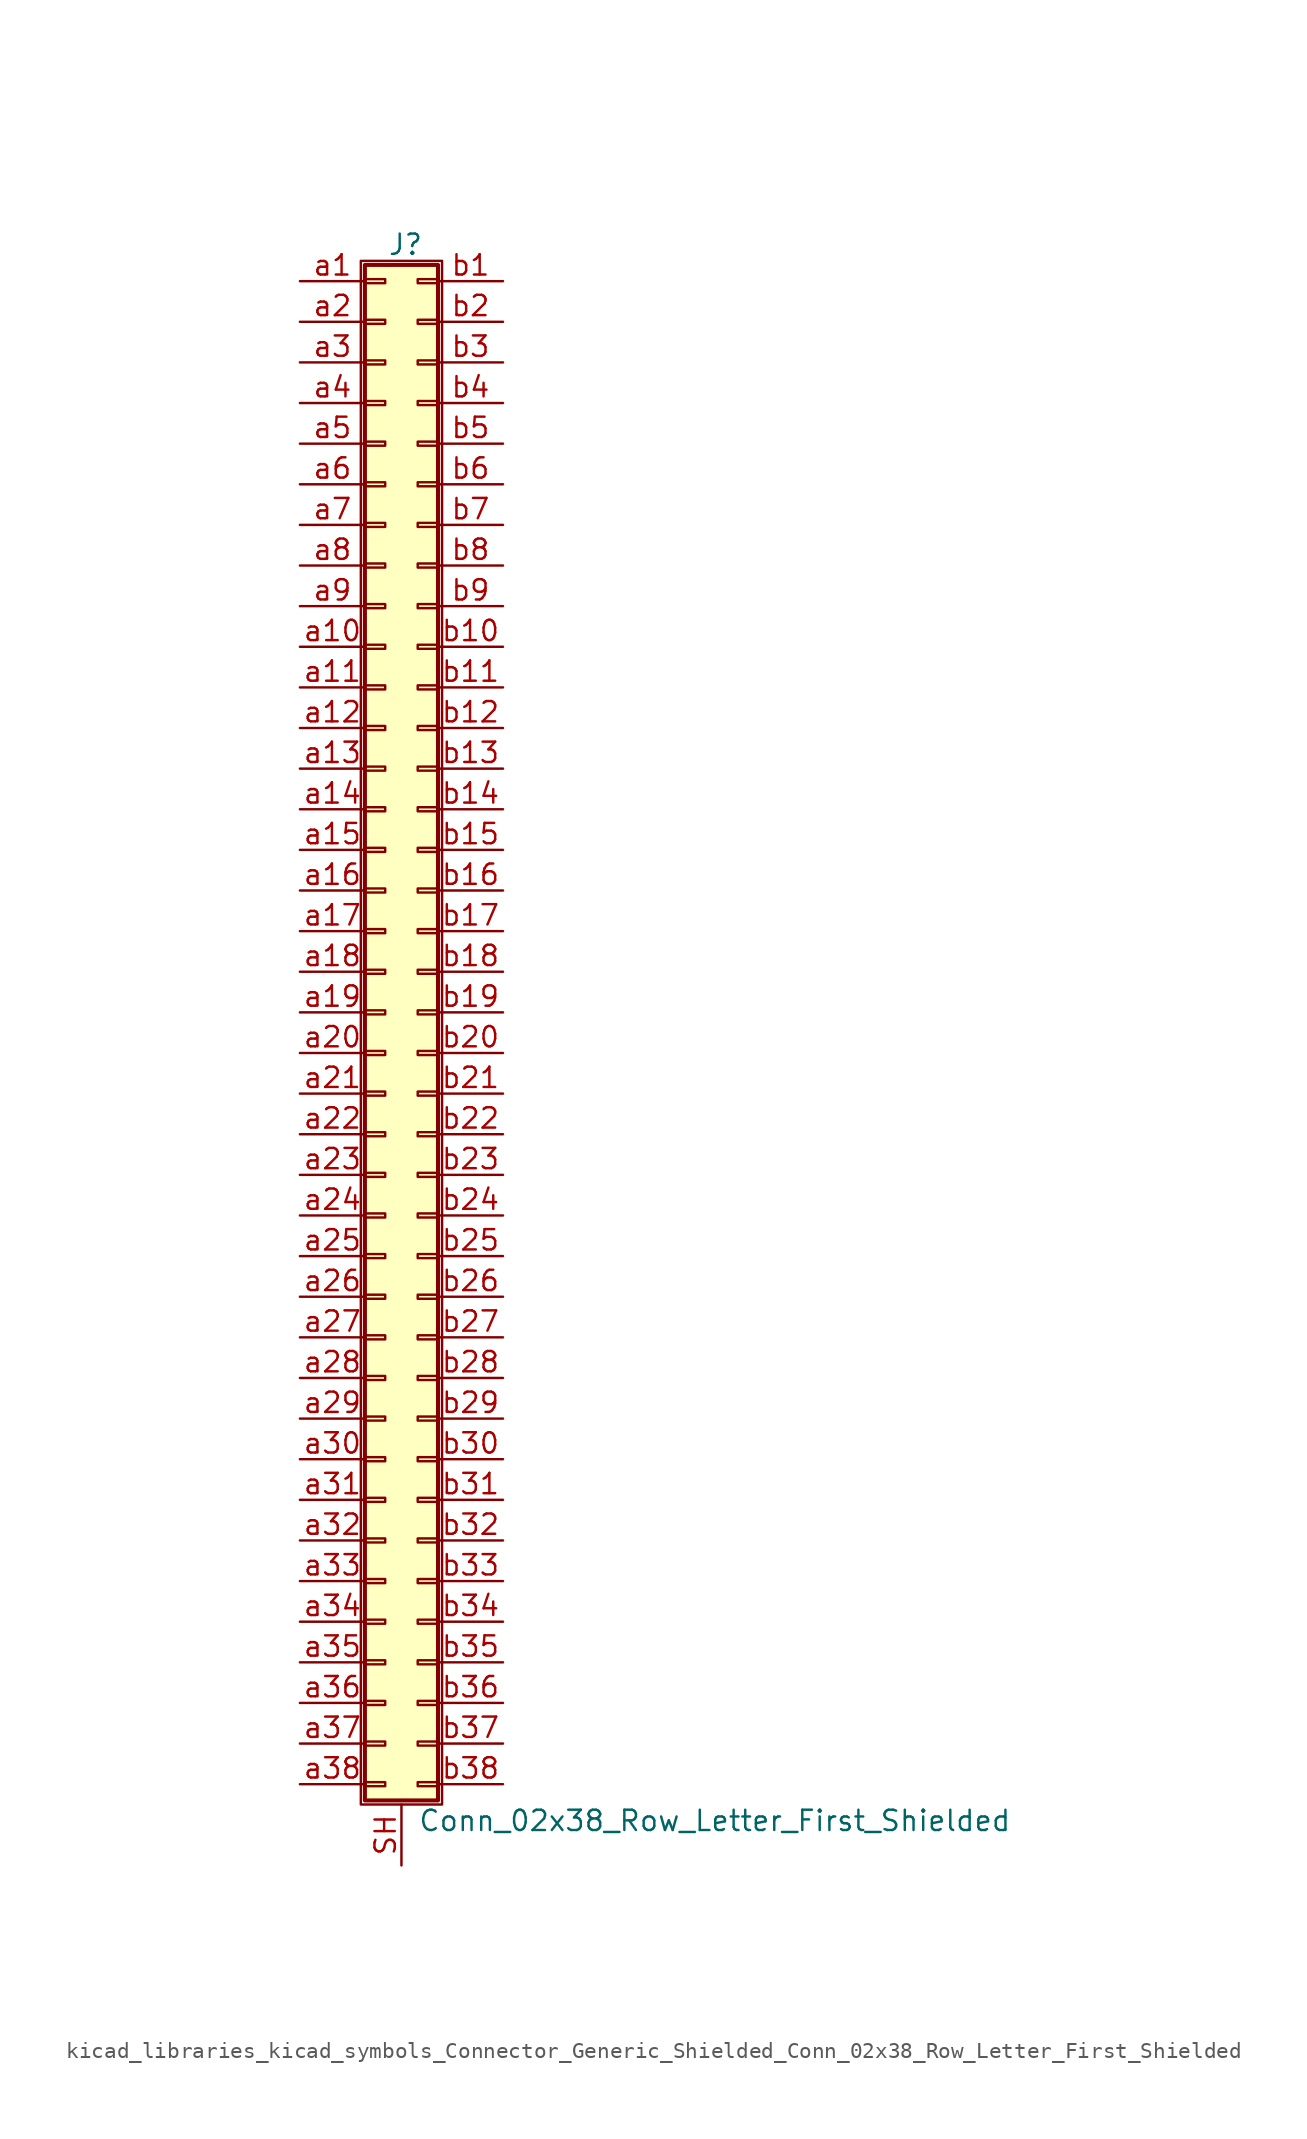
<source format=kicad_sym>
(kicad_symbol_lib
  (version 20220914)
  (generator kicad_symbol_editor)
  (symbol "kicad_libraries_kicad_symbols_Connector_Generic_Shielded_Conn_02x38_Row_Letter_First_Shielded"
    (pin_names
      (offset 1.016) hide)
    (property "Reference" "J"
      (at 1.524 48.006 0)
      (effects (font (size 1.27 1.27))))
    (property "Value" "Conn_02x38_Row_Letter_First_Shielded"
      (at 2.286 -50.546 0)
      (effects (font (size 1.27 1.27)) (justify left)))
    (symbol "kicad_libraries_kicad_symbols_Connector_Generic_Shielded_Conn_02x38_Row_Letter_First_Shielded_1_1"
      (rectangle (start -1.27 46.99) (end 3.81 -49.53) (stroke (width 0.152) (type default)) (fill (type none)))
      (rectangle (start -1.016 -48.133) (end 0.254 -48.387) (stroke (width 0.152) (type default)) (fill (type none)))
      (rectangle (start -1.016 -45.593) (end 0.254 -45.847) (stroke (width 0.152) (type default)) (fill (type none)))
      (rectangle (start -1.016 -43.053) (end 0.254 -43.307) (stroke (width 0.152) (type default)) (fill (type none)))
      (rectangle (start -1.016 -40.513) (end 0.254 -40.767) (stroke (width 0.152) (type default)) (fill (type none)))
      (rectangle (start -1.016 -37.973) (end 0.254 -38.227) (stroke (width 0.152) (type default)) (fill (type none)))
      (rectangle (start -1.016 -35.433) (end 0.254 -35.687) (stroke (width 0.152) (type default)) (fill (type none)))
      (rectangle (start -1.016 -32.893) (end 0.254 -33.147) (stroke (width 0.152) (type default)) (fill (type none)))
      (rectangle (start -1.016 -30.353) (end 0.254 -30.607) (stroke (width 0.152) (type default)) (fill (type none)))
      (rectangle (start -1.016 -27.813) (end 0.254 -28.067) (stroke (width 0.152) (type default)) (fill (type none)))
      (rectangle (start -1.016 -25.273) (end 0.254 -25.527) (stroke (width 0.152) (type default)) (fill (type none)))
      (rectangle (start -1.016 -22.733) (end 0.254 -22.987) (stroke (width 0.152) (type default)) (fill (type none)))
      (rectangle (start -1.016 -20.193) (end 0.254 -20.447) (stroke (width 0.152) (type default)) (fill (type none)))
      (rectangle (start -1.016 -17.653) (end 0.254 -17.907) (stroke (width 0.152) (type default)) (fill (type none)))
      (rectangle (start -1.016 -15.113) (end 0.254 -15.367) (stroke (width 0.152) (type default)) (fill (type none)))
      (rectangle (start -1.016 -12.573) (end 0.254 -12.827) (stroke (width 0.152) (type default)) (fill (type none)))
      (rectangle (start -1.016 -10.033) (end 0.254 -10.287) (stroke (width 0.152) (type default)) (fill (type none)))
      (rectangle (start -1.016 -7.493) (end 0.254 -7.747) (stroke (width 0.152) (type default)) (fill (type none)))
      (rectangle (start -1.016 -4.953) (end 0.254 -5.207) (stroke (width 0.152) (type default)) (fill (type none)))
      (rectangle (start -1.016 -2.413) (end 0.254 -2.667) (stroke (width 0.152) (type default)) (fill (type none)))
      (rectangle (start -1.016 0.127) (end 0.254 -0.127) (stroke (width 0.152) (type default)) (fill (type none)))
      (rectangle (start -1.016 2.667) (end 0.254 2.413) (stroke (width 0.152) (type default)) (fill (type none)))
      (rectangle (start -1.016 5.207) (end 0.254 4.953) (stroke (width 0.152) (type default)) (fill (type none)))
      (rectangle (start -1.016 7.747) (end 0.254 7.493) (stroke (width 0.152) (type default)) (fill (type none)))
      (rectangle (start -1.016 10.287) (end 0.254 10.033) (stroke (width 0.152) (type default)) (fill (type none)))
      (rectangle (start -1.016 12.827) (end 0.254 12.573) (stroke (width 0.152) (type default)) (fill (type none)))
      (rectangle (start -1.016 15.367) (end 0.254 15.113) (stroke (width 0.152) (type default)) (fill (type none)))
      (rectangle (start -1.016 17.907) (end 0.254 17.653) (stroke (width 0.152) (type default)) (fill (type none)))
      (rectangle (start -1.016 20.447) (end 0.254 20.193) (stroke (width 0.152) (type default)) (fill (type none)))
      (rectangle (start -1.016 22.987) (end 0.254 22.733) (stroke (width 0.152) (type default)) (fill (type none)))
      (rectangle (start -1.016 25.527) (end 0.254 25.273) (stroke (width 0.152) (type default)) (fill (type none)))
      (rectangle (start -1.016 28.067) (end 0.254 27.813) (stroke (width 0.152) (type default)) (fill (type none)))
      (rectangle (start -1.016 30.607) (end 0.254 30.353) (stroke (width 0.152) (type default)) (fill (type none)))
      (rectangle (start -1.016 33.147) (end 0.254 32.893) (stroke (width 0.152) (type default)) (fill (type none)))
      (rectangle (start -1.016 35.687) (end 0.254 35.433) (stroke (width 0.152) (type default)) (fill (type none)))
      (rectangle (start -1.016 38.227) (end 0.254 37.973) (stroke (width 0.152) (type default)) (fill (type none)))
      (rectangle (start -1.016 40.767) (end 0.254 40.513) (stroke (width 0.152) (type default)) (fill (type none)))
      (rectangle (start -1.016 43.307) (end 0.254 43.053) (stroke (width 0.152) (type default)) (fill (type none)))
      (rectangle (start -1.016 45.847) (end 0.254 45.593) (stroke (width 0.152) (type default)) (fill (type none)))
      (rectangle (start -1.016 46.736) (end 3.556 -49.276) (stroke (width 0.254) (type default)) (fill (type background)))
      (rectangle (start 3.556 -48.133) (end 2.286 -48.387) (stroke (width 0.152) (type default)) (fill (type none)))
      (rectangle (start 3.556 -45.593) (end 2.286 -45.847) (stroke (width 0.152) (type default)) (fill (type none)))
      (rectangle (start 3.556 -43.053) (end 2.286 -43.307) (stroke (width 0.152) (type default)) (fill (type none)))
      (rectangle (start 3.556 -40.513) (end 2.286 -40.767) (stroke (width 0.152) (type default)) (fill (type none)))
      (rectangle (start 3.556 -37.973) (end 2.286 -38.227) (stroke (width 0.152) (type default)) (fill (type none)))
      (rectangle (start 3.556 -35.433) (end 2.286 -35.687) (stroke (width 0.152) (type default)) (fill (type none)))
      (rectangle (start 3.556 -32.893) (end 2.286 -33.147) (stroke (width 0.152) (type default)) (fill (type none)))
      (rectangle (start 3.556 -30.353) (end 2.286 -30.607) (stroke (width 0.152) (type default)) (fill (type none)))
      (rectangle (start 3.556 -27.813) (end 2.286 -28.067) (stroke (width 0.152) (type default)) (fill (type none)))
      (rectangle (start 3.556 -25.273) (end 2.286 -25.527) (stroke (width 0.152) (type default)) (fill (type none)))
      (rectangle (start 3.556 -22.733) (end 2.286 -22.987) (stroke (width 0.152) (type default)) (fill (type none)))
      (rectangle (start 3.556 -20.193) (end 2.286 -20.447) (stroke (width 0.152) (type default)) (fill (type none)))
      (rectangle (start 3.556 -17.653) (end 2.286 -17.907) (stroke (width 0.152) (type default)) (fill (type none)))
      (rectangle (start 3.556 -15.113) (end 2.286 -15.367) (stroke (width 0.152) (type default)) (fill (type none)))
      (rectangle (start 3.556 -12.573) (end 2.286 -12.827) (stroke (width 0.152) (type default)) (fill (type none)))
      (rectangle (start 3.556 -10.033) (end 2.286 -10.287) (stroke (width 0.152) (type default)) (fill (type none)))
      (rectangle (start 3.556 -7.493) (end 2.286 -7.747) (stroke (width 0.152) (type default)) (fill (type none)))
      (rectangle (start 3.556 -4.953) (end 2.286 -5.207) (stroke (width 0.152) (type default)) (fill (type none)))
      (rectangle (start 3.556 -2.413) (end 2.286 -2.667) (stroke (width 0.152) (type default)) (fill (type none)))
      (rectangle (start 3.556 0.127) (end 2.286 -0.127) (stroke (width 0.152) (type default)) (fill (type none)))
      (rectangle (start 3.556 2.667) (end 2.286 2.413) (stroke (width 0.152) (type default)) (fill (type none)))
      (rectangle (start 3.556 5.207) (end 2.286 4.953) (stroke (width 0.152) (type default)) (fill (type none)))
      (rectangle (start 3.556 7.747) (end 2.286 7.493) (stroke (width 0.152) (type default)) (fill (type none)))
      (rectangle (start 3.556 10.287) (end 2.286 10.033) (stroke (width 0.152) (type default)) (fill (type none)))
      (rectangle (start 3.556 12.827) (end 2.286 12.573) (stroke (width 0.152) (type default)) (fill (type none)))
      (rectangle (start 3.556 15.367) (end 2.286 15.113) (stroke (width 0.152) (type default)) (fill (type none)))
      (rectangle (start 3.556 17.907) (end 2.286 17.653) (stroke (width 0.152) (type default)) (fill (type none)))
      (rectangle (start 3.556 20.447) (end 2.286 20.193) (stroke (width 0.152) (type default)) (fill (type none)))
      (rectangle (start 3.556 22.987) (end 2.286 22.733) (stroke (width 0.152) (type default)) (fill (type none)))
      (rectangle (start 3.556 25.527) (end 2.286 25.273) (stroke (width 0.152) (type default)) (fill (type none)))
      (rectangle (start 3.556 28.067) (end 2.286 27.813) (stroke (width 0.152) (type default)) (fill (type none)))
      (rectangle (start 3.556 30.607) (end 2.286 30.353) (stroke (width 0.152) (type default)) (fill (type none)))
      (rectangle (start 3.556 33.147) (end 2.286 32.893) (stroke (width 0.152) (type default)) (fill (type none)))
      (rectangle (start 3.556 35.687) (end 2.286 35.433) (stroke (width 0.152) (type default)) (fill (type none)))
      (rectangle (start 3.556 38.227) (end 2.286 37.973) (stroke (width 0.152) (type default)) (fill (type none)))
      (rectangle (start 3.556 40.767) (end 2.286 40.513) (stroke (width 0.152) (type default)) (fill (type none)))
      (rectangle (start 3.556 43.307) (end 2.286 43.053) (stroke (width 0.152) (type default)) (fill (type none)))
      (rectangle (start 3.556 45.847) (end 2.286 45.593) (stroke (width 0.152) (type default)) (fill (type none)))
      (pin passive line (at 1.27 -53.34 90) (length 3.81) (name "Shield" (effects (font (size 1.27 1.27)))) (number "SH" (effects (font (size 1.27 1.27)))))
      (pin passive line (at -5.08 45.72 0) (length 4.064) (name "Pin_a1" (effects (font (size 1.27 1.27)))) (number "a1" (effects (font (size 1.27 1.27)))))
      (pin passive line (at -5.08 22.86 0) (length 4.064) (name "Pin_a10" (effects (font (size 1.27 1.27)))) (number "a10" (effects (font (size 1.27 1.27)))))
      (pin passive line (at -5.08 20.32 0) (length 4.064) (name "Pin_a11" (effects (font (size 1.27 1.27)))) (number "a11" (effects (font (size 1.27 1.27)))))
      (pin passive line (at -5.08 17.78 0) (length 4.064) (name "Pin_a12" (effects (font (size 1.27 1.27)))) (number "a12" (effects (font (size 1.27 1.27)))))
      (pin passive line (at -5.08 15.24 0) (length 4.064) (name "Pin_a13" (effects (font (size 1.27 1.27)))) (number "a13" (effects (font (size 1.27 1.27)))))
      (pin passive line (at -5.08 12.7 0) (length 4.064) (name "Pin_a14" (effects (font (size 1.27 1.27)))) (number "a14" (effects (font (size 1.27 1.27)))))
      (pin passive line (at -5.08 10.16 0) (length 4.064) (name "Pin_a15" (effects (font (size 1.27 1.27)))) (number "a15" (effects (font (size 1.27 1.27)))))
      (pin passive line (at -5.08 7.62 0) (length 4.064) (name "Pin_a16" (effects (font (size 1.27 1.27)))) (number "a16" (effects (font (size 1.27 1.27)))))
      (pin passive line (at -5.08 5.08 0) (length 4.064) (name "Pin_a17" (effects (font (size 1.27 1.27)))) (number "a17" (effects (font (size 1.27 1.27)))))
      (pin passive line (at -5.08 2.54 0) (length 4.064) (name "Pin_a18" (effects (font (size 1.27 1.27)))) (number "a18" (effects (font (size 1.27 1.27)))))
      (pin passive line (at -5.08 0 0) (length 4.064) (name "Pin_a19" (effects (font (size 1.27 1.27)))) (number "a19" (effects (font (size 1.27 1.27)))))
      (pin passive line (at -5.08 43.18 0) (length 4.064) (name "Pin_a2" (effects (font (size 1.27 1.27)))) (number "a2" (effects (font (size 1.27 1.27)))))
      (pin passive line (at -5.08 -2.54 0) (length 4.064) (name "Pin_a20" (effects (font (size 1.27 1.27)))) (number "a20" (effects (font (size 1.27 1.27)))))
      (pin passive line (at -5.08 -5.08 0) (length 4.064) (name "Pin_a21" (effects (font (size 1.27 1.27)))) (number "a21" (effects (font (size 1.27 1.27)))))
      (pin passive line (at -5.08 -7.62 0) (length 4.064) (name "Pin_a22" (effects (font (size 1.27 1.27)))) (number "a22" (effects (font (size 1.27 1.27)))))
      (pin passive line (at -5.08 -10.16 0) (length 4.064) (name "Pin_a23" (effects (font (size 1.27 1.27)))) (number "a23" (effects (font (size 1.27 1.27)))))
      (pin passive line (at -5.08 -12.7 0) (length 4.064) (name "Pin_a24" (effects (font (size 1.27 1.27)))) (number "a24" (effects (font (size 1.27 1.27)))))
      (pin passive line (at -5.08 -15.24 0) (length 4.064) (name "Pin_a25" (effects (font (size 1.27 1.27)))) (number "a25" (effects (font (size 1.27 1.27)))))
      (pin passive line (at -5.08 -17.78 0) (length 4.064) (name "Pin_a26" (effects (font (size 1.27 1.27)))) (number "a26" (effects (font (size 1.27 1.27)))))
      (pin passive line (at -5.08 -20.32 0) (length 4.064) (name "Pin_a27" (effects (font (size 1.27 1.27)))) (number "a27" (effects (font (size 1.27 1.27)))))
      (pin passive line (at -5.08 -22.86 0) (length 4.064) (name "Pin_a28" (effects (font (size 1.27 1.27)))) (number "a28" (effects (font (size 1.27 1.27)))))
      (pin passive line (at -5.08 -25.4 0) (length 4.064) (name "Pin_a29" (effects (font (size 1.27 1.27)))) (number "a29" (effects (font (size 1.27 1.27)))))
      (pin passive line (at -5.08 40.64 0) (length 4.064) (name "Pin_a3" (effects (font (size 1.27 1.27)))) (number "a3" (effects (font (size 1.27 1.27)))))
      (pin passive line (at -5.08 -27.94 0) (length 4.064) (name "Pin_a30" (effects (font (size 1.27 1.27)))) (number "a30" (effects (font (size 1.27 1.27)))))
      (pin passive line (at -5.08 -30.48 0) (length 4.064) (name "Pin_a31" (effects (font (size 1.27 1.27)))) (number "a31" (effects (font (size 1.27 1.27)))))
      (pin passive line (at -5.08 -33.02 0) (length 4.064) (name "Pin_a32" (effects (font (size 1.27 1.27)))) (number "a32" (effects (font (size 1.27 1.27)))))
      (pin passive line (at -5.08 -35.56 0) (length 4.064) (name "Pin_a33" (effects (font (size 1.27 1.27)))) (number "a33" (effects (font (size 1.27 1.27)))))
      (pin passive line (at -5.08 -38.1 0) (length 4.064) (name "Pin_a34" (effects (font (size 1.27 1.27)))) (number "a34" (effects (font (size 1.27 1.27)))))
      (pin passive line (at -5.08 -40.64 0) (length 4.064) (name "Pin_a35" (effects (font (size 1.27 1.27)))) (number "a35" (effects (font (size 1.27 1.27)))))
      (pin passive line (at -5.08 -43.18 0) (length 4.064) (name "Pin_a36" (effects (font (size 1.27 1.27)))) (number "a36" (effects (font (size 1.27 1.27)))))
      (pin passive line (at -5.08 -45.72 0) (length 4.064) (name "Pin_a37" (effects (font (size 1.27 1.27)))) (number "a37" (effects (font (size 1.27 1.27)))))
      (pin passive line (at -5.08 -48.26 0) (length 4.064) (name "Pin_a38" (effects (font (size 1.27 1.27)))) (number "a38" (effects (font (size 1.27 1.27)))))
      (pin passive line (at -5.08 38.1 0) (length 4.064) (name "Pin_a4" (effects (font (size 1.27 1.27)))) (number "a4" (effects (font (size 1.27 1.27)))))
      (pin passive line (at -5.08 35.56 0) (length 4.064) (name "Pin_a5" (effects (font (size 1.27 1.27)))) (number "a5" (effects (font (size 1.27 1.27)))))
      (pin passive line (at -5.08 33.02 0) (length 4.064) (name "Pin_a6" (effects (font (size 1.27 1.27)))) (number "a6" (effects (font (size 1.27 1.27)))))
      (pin passive line (at -5.08 30.48 0) (length 4.064) (name "Pin_a7" (effects (font (size 1.27 1.27)))) (number "a7" (effects (font (size 1.27 1.27)))))
      (pin passive line (at -5.08 27.94 0) (length 4.064) (name "Pin_a8" (effects (font (size 1.27 1.27)))) (number "a8" (effects (font (size 1.27 1.27)))))
      (pin passive line (at -5.08 25.4 0) (length 4.064) (name "Pin_a9" (effects (font (size 1.27 1.27)))) (number "a9" (effects (font (size 1.27 1.27)))))
      (pin passive line (at 7.62 45.72 180) (length 4.064) (name "Pin_b1" (effects (font (size 1.27 1.27)))) (number "b1" (effects (font (size 1.27 1.27)))))
      (pin passive line (at 7.62 22.86 180) (length 4.064) (name "Pin_b10" (effects (font (size 1.27 1.27)))) (number "b10" (effects (font (size 1.27 1.27)))))
      (pin passive line (at 7.62 20.32 180) (length 4.064) (name "Pin_b11" (effects (font (size 1.27 1.27)))) (number "b11" (effects (font (size 1.27 1.27)))))
      (pin passive line (at 7.62 17.78 180) (length 4.064) (name "Pin_b12" (effects (font (size 1.27 1.27)))) (number "b12" (effects (font (size 1.27 1.27)))))
      (pin passive line (at 7.62 15.24 180) (length 4.064) (name "Pin_b13" (effects (font (size 1.27 1.27)))) (number "b13" (effects (font (size 1.27 1.27)))))
      (pin passive line (at 7.62 12.7 180) (length 4.064) (name "Pin_b14" (effects (font (size 1.27 1.27)))) (number "b14" (effects (font (size 1.27 1.27)))))
      (pin passive line (at 7.62 10.16 180) (length 4.064) (name "Pin_b15" (effects (font (size 1.27 1.27)))) (number "b15" (effects (font (size 1.27 1.27)))))
      (pin passive line (at 7.62 7.62 180) (length 4.064) (name "Pin_b16" (effects (font (size 1.27 1.27)))) (number "b16" (effects (font (size 1.27 1.27)))))
      (pin passive line (at 7.62 5.08 180) (length 4.064) (name "Pin_b17" (effects (font (size 1.27 1.27)))) (number "b17" (effects (font (size 1.27 1.27)))))
      (pin passive line (at 7.62 2.54 180) (length 4.064) (name "Pin_b18" (effects (font (size 1.27 1.27)))) (number "b18" (effects (font (size 1.27 1.27)))))
      (pin passive line (at 7.62 0 180) (length 4.064) (name "Pin_b19" (effects (font (size 1.27 1.27)))) (number "b19" (effects (font (size 1.27 1.27)))))
      (pin passive line (at 7.62 43.18 180) (length 4.064) (name "Pin_b2" (effects (font (size 1.27 1.27)))) (number "b2" (effects (font (size 1.27 1.27)))))
      (pin passive line (at 7.62 -2.54 180) (length 4.064) (name "Pin_b20" (effects (font (size 1.27 1.27)))) (number "b20" (effects (font (size 1.27 1.27)))))
      (pin passive line (at 7.62 -5.08 180) (length 4.064) (name "Pin_b21" (effects (font (size 1.27 1.27)))) (number "b21" (effects (font (size 1.27 1.27)))))
      (pin passive line (at 7.62 -7.62 180) (length 4.064) (name "Pin_b22" (effects (font (size 1.27 1.27)))) (number "b22" (effects (font (size 1.27 1.27)))))
      (pin passive line (at 7.62 -10.16 180) (length 4.064) (name "Pin_b23" (effects (font (size 1.27 1.27)))) (number "b23" (effects (font (size 1.27 1.27)))))
      (pin passive line (at 7.62 -12.7 180) (length 4.064) (name "Pin_b24" (effects (font (size 1.27 1.27)))) (number "b24" (effects (font (size 1.27 1.27)))))
      (pin passive line (at 7.62 -15.24 180) (length 4.064) (name "Pin_b25" (effects (font (size 1.27 1.27)))) (number "b25" (effects (font (size 1.27 1.27)))))
      (pin passive line (at 7.62 -17.78 180) (length 4.064) (name "Pin_b26" (effects (font (size 1.27 1.27)))) (number "b26" (effects (font (size 1.27 1.27)))))
      (pin passive line (at 7.62 -20.32 180) (length 4.064) (name "Pin_b27" (effects (font (size 1.27 1.27)))) (number "b27" (effects (font (size 1.27 1.27)))))
      (pin passive line (at 7.62 -22.86 180) (length 4.064) (name "Pin_b28" (effects (font (size 1.27 1.27)))) (number "b28" (effects (font (size 1.27 1.27)))))
      (pin passive line (at 7.62 -25.4 180) (length 4.064) (name "Pin_b29" (effects (font (size 1.27 1.27)))) (number "b29" (effects (font (size 1.27 1.27)))))
      (pin passive line (at 7.62 40.64 180) (length 4.064) (name "Pin_b3" (effects (font (size 1.27 1.27)))) (number "b3" (effects (font (size 1.27 1.27)))))
      (pin passive line (at 7.62 -27.94 180) (length 4.064) (name "Pin_b30" (effects (font (size 1.27 1.27)))) (number "b30" (effects (font (size 1.27 1.27)))))
      (pin passive line (at 7.62 -30.48 180) (length 4.064) (name "Pin_b31" (effects (font (size 1.27 1.27)))) (number "b31" (effects (font (size 1.27 1.27)))))
      (pin passive line (at 7.62 -33.02 180) (length 4.064) (name "Pin_b32" (effects (font (size 1.27 1.27)))) (number "b32" (effects (font (size 1.27 1.27)))))
      (pin passive line (at 7.62 -35.56 180) (length 4.064) (name "Pin_b33" (effects (font (size 1.27 1.27)))) (number "b33" (effects (font (size 1.27 1.27)))))
      (pin passive line (at 7.62 -38.1 180) (length 4.064) (name "Pin_b34" (effects (font (size 1.27 1.27)))) (number "b34" (effects (font (size 1.27 1.27)))))
      (pin passive line (at 7.62 -40.64 180) (length 4.064) (name "Pin_b35" (effects (font (size 1.27 1.27)))) (number "b35" (effects (font (size 1.27 1.27)))))
      (pin passive line (at 7.62 -43.18 180) (length 4.064) (name "Pin_b36" (effects (font (size 1.27 1.27)))) (number "b36" (effects (font (size 1.27 1.27)))))
      (pin passive line (at 7.62 -45.72 180) (length 4.064) (name "Pin_b37" (effects (font (size 1.27 1.27)))) (number "b37" (effects (font (size 1.27 1.27)))))
      (pin passive line (at 7.62 -48.26 180) (length 4.064) (name "Pin_b38" (effects (font (size 1.27 1.27)))) (number "b38" (effects (font (size 1.27 1.27)))))
      (pin passive line (at 7.62 38.1 180) (length 4.064) (name "Pin_b4" (effects (font (size 1.27 1.27)))) (number "b4" (effects (font (size 1.27 1.27)))))
      (pin passive line (at 7.62 35.56 180) (length 4.064) (name "Pin_b5" (effects (font (size 1.27 1.27)))) (number "b5" (effects (font (size 1.27 1.27)))))
      (pin passive line (at 7.62 33.02 180) (length 4.064) (name "Pin_b6" (effects (font (size 1.27 1.27)))) (number "b6" (effects (font (size 1.27 1.27)))))
      (pin passive line (at 7.62 30.48 180) (length 4.064) (name "Pin_b7" (effects (font (size 1.27 1.27)))) (number "b7" (effects (font (size 1.27 1.27)))))
      (pin passive line (at 7.62 27.94 180) (length 4.064) (name "Pin_b8" (effects (font (size 1.27 1.27)))) (number "b8" (effects (font (size 1.27 1.27)))))
      (pin passive line (at 7.62 25.4 180) (length 4.064) (name "Pin_b9" (effects (font (size 1.27 1.27)))) (number "b9" (effects (font (size 1.27 1.27))))))))
</source>
